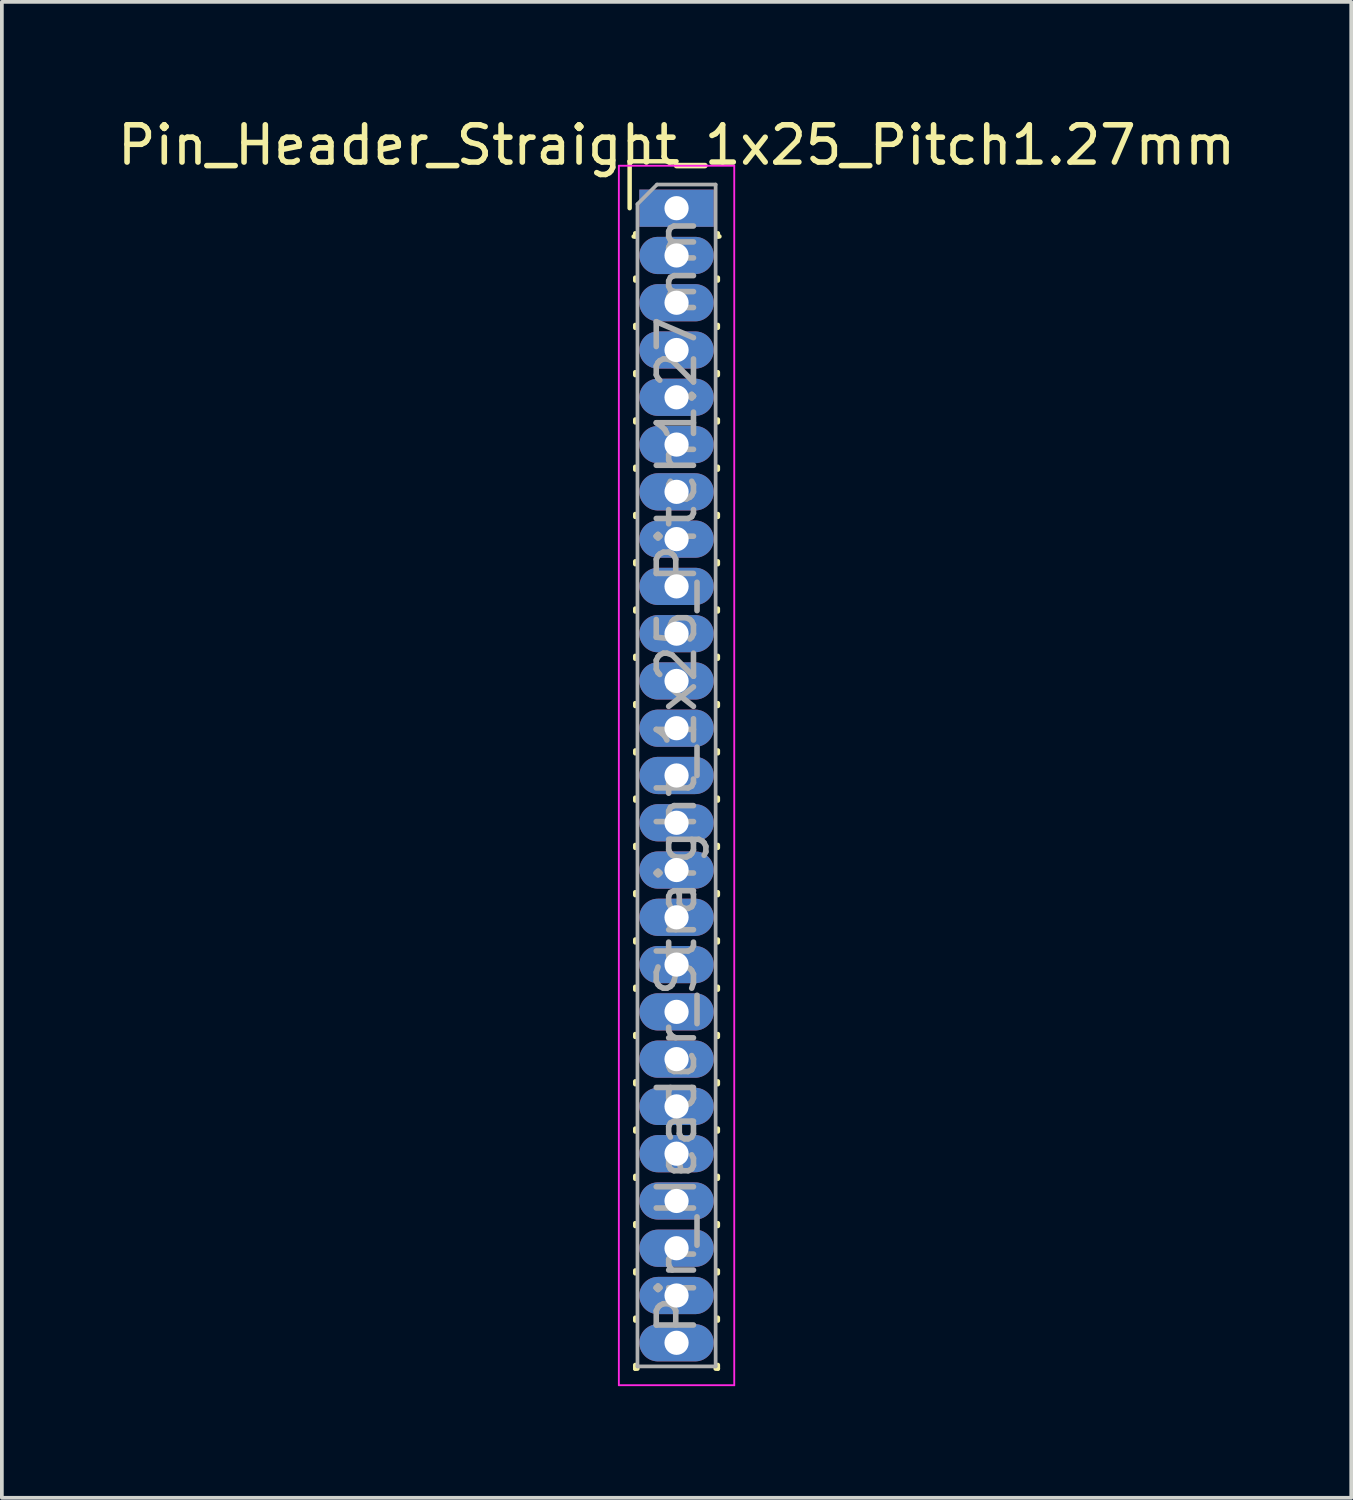
<source format=kicad_pcb>
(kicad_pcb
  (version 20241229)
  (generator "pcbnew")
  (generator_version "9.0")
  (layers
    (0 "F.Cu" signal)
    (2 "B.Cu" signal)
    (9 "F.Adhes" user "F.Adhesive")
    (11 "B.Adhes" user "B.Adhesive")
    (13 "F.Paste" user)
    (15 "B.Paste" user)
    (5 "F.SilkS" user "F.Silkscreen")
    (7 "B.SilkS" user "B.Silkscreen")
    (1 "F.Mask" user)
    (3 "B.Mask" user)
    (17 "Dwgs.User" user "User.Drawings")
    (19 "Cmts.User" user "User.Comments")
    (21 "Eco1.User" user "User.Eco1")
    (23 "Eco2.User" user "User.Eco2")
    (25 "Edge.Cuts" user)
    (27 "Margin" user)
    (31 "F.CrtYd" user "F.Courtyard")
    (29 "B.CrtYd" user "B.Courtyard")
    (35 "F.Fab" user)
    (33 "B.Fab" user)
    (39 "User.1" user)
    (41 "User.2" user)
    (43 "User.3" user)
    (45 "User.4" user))
  (footprint "Pin_Header_Straight_1x25_Pitch1.27mm"
    (layer "F.Cu")
    (at 15.125 2.543)
    (property "Reference" "Pin_Header_Straight_1x25_Pitch1.27mm" (at 0 -1.695 0) (layer "F.SilkS") (effects (font (size 1 1) (thickness 0.15))))
    (attr through_hole)
    (fp_line (start -1.26 -1.26) (end 0 -1.26) (stroke (width 0.12) (type solid)) (layer "F.SilkS"))
    (fp_line (start -1.26 0) (end -1.26 -1.26) (stroke (width 0.12) (type solid)) (layer "F.SilkS"))
    (fp_line (start -1.11 0.76) (end -1.152 0.76) (stroke (width 0.12) (type solid)) (layer "F.SilkS"))
    (fp_line (start -1.11 0.76) (end -1.11 0.674) (stroke (width 0.12) (type solid)) (layer "F.SilkS"))
    (fp_line (start -1.11 1.866) (end -1.11 1.944) (stroke (width 0.12) (type solid)) (layer "F.SilkS"))
    (fp_line (start -1.11 3.136) (end -1.11 3.214) (stroke (width 0.12) (type solid)) (layer "F.SilkS"))
    (fp_line (start -1.11 4.406) (end -1.11 4.484) (stroke (width 0.12) (type solid)) (layer "F.SilkS"))
    (fp_line (start -1.11 5.676) (end -1.11 5.754) (stroke (width 0.12) (type solid)) (layer "F.SilkS"))
    (fp_line (start -1.11 6.946) (end -1.11 7.024) (stroke (width 0.12) (type solid)) (layer "F.SilkS"))
    (fp_line (start -1.11 8.216) (end -1.11 8.294) (stroke (width 0.12) (type solid)) (layer "F.SilkS"))
    (fp_line (start -1.11 9.486) (end -1.11 9.564) (stroke (width 0.12) (type solid)) (layer "F.SilkS"))
    (fp_line (start -1.11 10.756) (end -1.11 10.834) (stroke (width 0.12) (type solid)) (layer "F.SilkS"))
    (fp_line (start -1.11 12.026) (end -1.11 12.104) (stroke (width 0.12) (type solid)) (layer "F.SilkS"))
    (fp_line (start -1.11 13.296) (end -1.11 13.374) (stroke (width 0.12) (type solid)) (layer "F.SilkS"))
    (fp_line (start -1.11 14.566) (end -1.11 14.644) (stroke (width 0.12) (type solid)) (layer "F.SilkS"))
    (fp_line (start -1.11 15.836) (end -1.11 15.914) (stroke (width 0.12) (type solid)) (layer "F.SilkS"))
    (fp_line (start -1.11 17.106) (end -1.11 17.184) (stroke (width 0.12) (type solid)) (layer "F.SilkS"))
    (fp_line (start -1.11 18.376) (end -1.11 18.454) (stroke (width 0.12) (type solid)) (layer "F.SilkS"))
    (fp_line (start -1.11 19.646) (end -1.11 19.724) (stroke (width 0.12) (type solid)) (layer "F.SilkS"))
    (fp_line (start -1.11 20.916) (end -1.11 20.994) (stroke (width 0.12) (type solid)) (layer "F.SilkS"))
    (fp_line (start -1.11 22.186) (end -1.11 22.264) (stroke (width 0.12) (type solid)) (layer "F.SilkS"))
    (fp_line (start -1.11 23.456) (end -1.11 23.534) (stroke (width 0.12) (type solid)) (layer "F.SilkS"))
    (fp_line (start -1.11 24.726) (end -1.11 24.804) (stroke (width 0.12) (type solid)) (layer "F.SilkS"))
    (fp_line (start -1.11 25.996) (end -1.11 26.074) (stroke (width 0.12) (type solid)) (layer "F.SilkS"))
    (fp_line (start -1.11 27.266) (end -1.11 27.344) (stroke (width 0.12) (type solid)) (layer "F.SilkS"))
    (fp_line (start -1.11 28.536) (end -1.11 28.614) (stroke (width 0.12) (type solid)) (layer "F.SilkS"))
    (fp_line (start -1.11 29.806) (end -1.11 29.884) (stroke (width 0.12) (type solid)) (layer "F.SilkS"))
    (fp_line (start -1.11 31.076) (end -1.11 31.175) (stroke (width 0.12) (type solid)) (layer "F.SilkS"))
    (fp_line (start -1.11 31.175) (end -1.051 31.175) (stroke (width 0.12) (type solid)) (layer "F.SilkS"))
    (fp_line (start 1.051 31.175) (end 1.11 31.175) (stroke (width 0.12) (type solid)) (layer "F.SilkS"))
    (fp_line (start 1.11 0.76) (end 1.11 0.674) (stroke (width 0.12) (type solid)) (layer "F.SilkS"))
    (fp_line (start 1.11 1.866) (end 1.11 1.944) (stroke (width 0.12) (type solid)) (layer "F.SilkS"))
    (fp_line (start 1.11 3.136) (end 1.11 3.214) (stroke (width 0.12) (type solid)) (layer "F.SilkS"))
    (fp_line (start 1.11 4.406) (end 1.11 4.484) (stroke (width 0.12) (type solid)) (layer "F.SilkS"))
    (fp_line (start 1.11 5.676) (end 1.11 5.754) (stroke (width 0.12) (type solid)) (layer "F.SilkS"))
    (fp_line (start 1.11 6.946) (end 1.11 7.024) (stroke (width 0.12) (type solid)) (layer "F.SilkS"))
    (fp_line (start 1.11 8.216) (end 1.11 8.294) (stroke (width 0.12) (type solid)) (layer "F.SilkS"))
    (fp_line (start 1.11 9.486) (end 1.11 9.564) (stroke (width 0.12) (type solid)) (layer "F.SilkS"))
    (fp_line (start 1.11 10.756) (end 1.11 10.834) (stroke (width 0.12) (type solid)) (layer "F.SilkS"))
    (fp_line (start 1.11 12.026) (end 1.11 12.104) (stroke (width 0.12) (type solid)) (layer "F.SilkS"))
    (fp_line (start 1.11 13.296) (end 1.11 13.374) (stroke (width 0.12) (type solid)) (layer "F.SilkS"))
    (fp_line (start 1.11 14.566) (end 1.11 14.644) (stroke (width 0.12) (type solid)) (layer "F.SilkS"))
    (fp_line (start 1.11 15.836) (end 1.11 15.914) (stroke (width 0.12) (type solid)) (layer "F.SilkS"))
    (fp_line (start 1.11 17.106) (end 1.11 17.184) (stroke (width 0.12) (type solid)) (layer "F.SilkS"))
    (fp_line (start 1.11 18.376) (end 1.11 18.454) (stroke (width 0.12) (type solid)) (layer "F.SilkS"))
    (fp_line (start 1.11 19.646) (end 1.11 19.724) (stroke (width 0.12) (type solid)) (layer "F.SilkS"))
    (fp_line (start 1.11 20.916) (end 1.11 20.994) (stroke (width 0.12) (type solid)) (layer "F.SilkS"))
    (fp_line (start 1.11 22.186) (end 1.11 22.264) (stroke (width 0.12) (type solid)) (layer "F.SilkS"))
    (fp_line (start 1.11 23.456) (end 1.11 23.534) (stroke (width 0.12) (type solid)) (layer "F.SilkS"))
    (fp_line (start 1.11 24.726) (end 1.11 24.804) (stroke (width 0.12) (type solid)) (layer "F.SilkS"))
    (fp_line (start 1.11 25.996) (end 1.11 26.074) (stroke (width 0.12) (type solid)) (layer "F.SilkS"))
    (fp_line (start 1.11 27.266) (end 1.11 27.344) (stroke (width 0.12) (type solid)) (layer "F.SilkS"))
    (fp_line (start 1.11 28.536) (end 1.11 28.614) (stroke (width 0.12) (type solid)) (layer "F.SilkS"))
    (fp_line (start 1.11 29.806) (end 1.11 29.884) (stroke (width 0.12) (type solid)) (layer "F.SilkS"))
    (fp_line (start 1.11 31.076) (end 1.11 31.175) (stroke (width 0.12) (type solid)) (layer "F.SilkS"))
    (fp_line (start 1.152 0.76) (end 1.11 0.76) (stroke (width 0.12) (type solid)) (layer "F.SilkS"))
    (fp_line (start -1.55 -1.14) (end -1.55 31.62) (stroke (width 0.05) (type solid)) (layer "F.CrtYd"))
    (fp_line (start -1.55 31.62) (end 1.55 31.62) (stroke (width 0.05) (type solid)) (layer "F.CrtYd"))
    (fp_line (start 1.55 -1.14) (end -1.55 -1.14) (stroke (width 0.05) (type solid)) (layer "F.CrtYd"))
    (fp_line (start 1.55 31.62) (end 1.55 -1.14) (stroke (width 0.05) (type solid)) (layer "F.CrtYd"))
    (fp_line (start -1.05 -0.11) (end -0.525 -0.635) (stroke (width 0.1) (type solid)) (layer "F.Fab"))
    (fp_line (start -1.05 31.115) (end -1.05 -0.11) (stroke (width 0.1) (type solid)) (layer "F.Fab"))
    (fp_line (start -0.525 -0.635) (end 1.05 -0.635) (stroke (width 0.1) (type solid)) (layer "F.Fab"))
    (fp_line (start 1.05 -0.635) (end 1.05 31.115) (stroke (width 0.1) (type solid)) (layer "F.Fab"))
    (fp_line (start 1.05 31.115) (end -1.05 31.115) (stroke (width 0.1) (type solid)) (layer "F.Fab"))
    (fp_text user "${REFERENCE}" (at 0 15.24 90) (layer "F.Fab") (effects (font (size 1 1) (thickness 0.15))))
    (pad "1" thru_hole rect (at 0 0) (size 2 1) (drill 0.65) (layers "*.Cu" "*.Mask"))
    (pad "2" thru_hole oval (at 0 1.27) (size 2 1) (drill 0.65) (layers "*.Cu" "*.Mask"))
    (pad "3" thru_hole oval (at 0 2.54) (size 2 1) (drill 0.65) (layers "*.Cu" "*.Mask"))
    (pad "4" thru_hole oval (at 0 3.81) (size 2 1) (drill 0.65) (layers "*.Cu" "*.Mask"))
    (pad "5" thru_hole oval (at 0 5.08) (size 2 1) (drill 0.65) (layers "*.Cu" "*.Mask"))
    (pad "6" thru_hole oval (at 0 6.35) (size 2 1) (drill 0.65) (layers "*.Cu" "*.Mask"))
    (pad "7" thru_hole oval (at 0 7.62) (size 2 1) (drill 0.65) (layers "*.Cu" "*.Mask"))
    (pad "8" thru_hole oval (at 0 8.89) (size 2 1) (drill 0.65) (layers "*.Cu" "*.Mask"))
    (pad "9" thru_hole oval (at 0 10.16) (size 2 1) (drill 0.65) (layers "*.Cu" "*.Mask"))
    (pad "10" thru_hole oval (at 0 11.43) (size 2 1) (drill 0.65) (layers "*.Cu" "*.Mask"))
    (pad "11" thru_hole oval (at 0 12.7) (size 2 1) (drill 0.65) (layers "*.Cu" "*.Mask"))
    (pad "12" thru_hole oval (at 0 13.97) (size 2 1) (drill 0.65) (layers "*.Cu" "*.Mask"))
    (pad "13" thru_hole oval (at 0 15.24) (size 2 1) (drill 0.65) (layers "*.Cu" "*.Mask"))
    (pad "14" thru_hole oval (at 0 16.51) (size 2 1) (drill 0.65) (layers "*.Cu" "*.Mask"))
    (pad "15" thru_hole oval (at 0 17.78) (size 2 1) (drill 0.65) (layers "*.Cu" "*.Mask"))
    (pad "16" thru_hole oval (at 0 19.05) (size 2 1) (drill 0.65) (layers "*.Cu" "*.Mask"))
    (pad "17" thru_hole oval (at 0 20.32) (size 2 1) (drill 0.65) (layers "*.Cu" "*.Mask"))
    (pad "18" thru_hole oval (at 0 21.59) (size 2 1) (drill 0.65) (layers "*.Cu" "*.Mask"))
    (pad "19" thru_hole oval (at 0 22.86) (size 2 1) (drill 0.65) (layers "*.Cu" "*.Mask"))
    (pad "20" thru_hole oval (at 0 24.13) (size 2 1) (drill 0.65) (layers "*.Cu" "*.Mask"))
    (pad "21" thru_hole oval (at 0 25.4) (size 2 1) (drill 0.65) (layers "*.Cu" "*.Mask"))
    (pad "22" thru_hole oval (at 0 26.67) (size 2 1) (drill 0.65) (layers "*.Cu" "*.Mask"))
    (pad "23" thru_hole oval (at 0 27.94) (size 2 1) (drill 0.65) (layers "*.Cu" "*.Mask"))
    (pad "24" thru_hole oval (at 0 29.21) (size 2 1) (drill 0.65) (layers "*.Cu" "*.Mask"))
    (pad "25" thru_hole oval (at 0 30.48) (size 2 1) (drill 0.65) (layers "*.Cu" "*.Mask")))
  (gr_rect
    (start -3 -3)
    (end 33.25 37.188)
    (stroke (width 0.1) (type default))
    (fill no)
    (layer "Edge.Cuts")))
</source>
